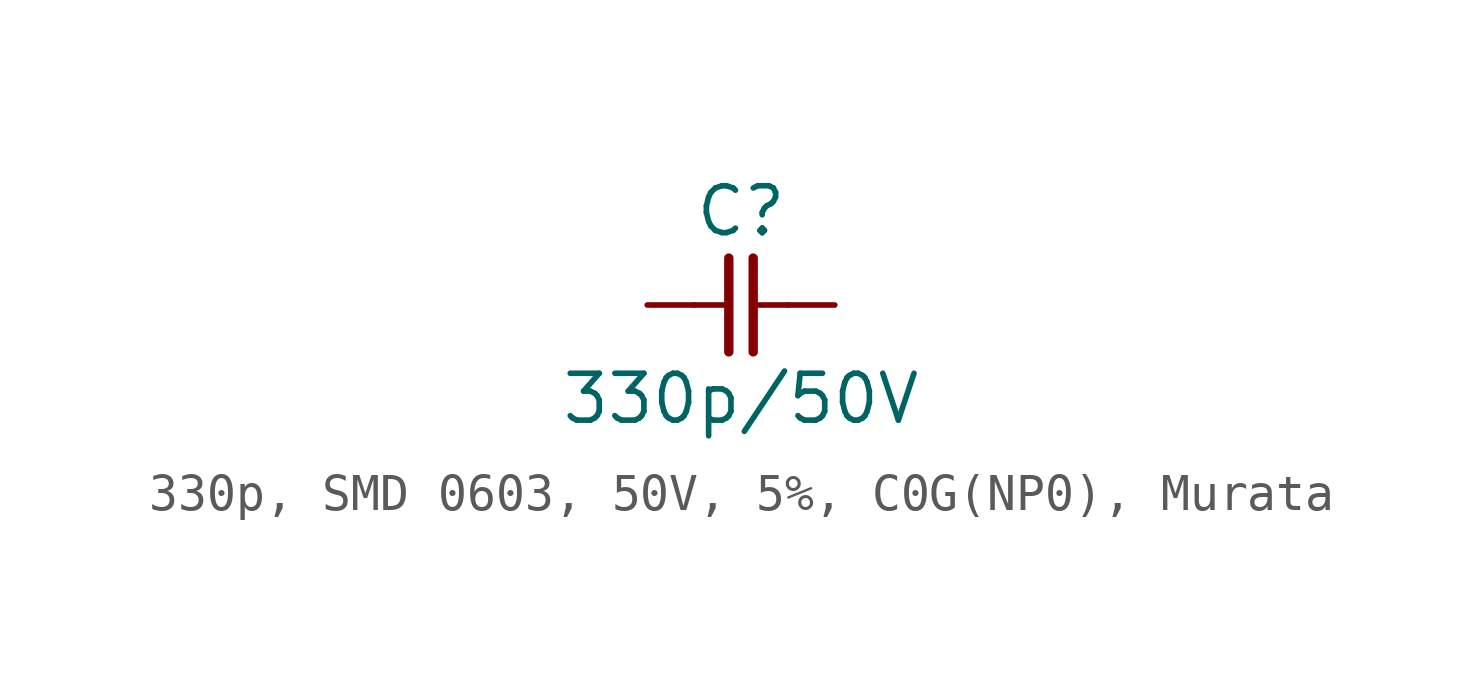
<source format=kicad_sym>
(kicad_symbol_lib
  (version 20241209)
  (generator "kicad_symbol_editor")
  (generator_version "9.0")
  (symbol "330p, SMD 0603, 50V, 5%, C0G(NP0), Murata"
    (pin_numbers
      (hide yes))
    (pin_names
      (offset 0)
      (hide yes))
    (property "Reference" "C"
      (at 0 2.54 0)
      (effects (font (size 1.27 1.27))))
    (property "Value" "330p/50V"
      (at 0 -2.54 0)
      (effects (font (size 1.27 1.27))))
    (symbol "330p, SMD 0603, 50V, 5%, C0G(NP0), Murata_0_1"
      (polyline (pts (xy -0.33 1.27) (xy -0.33 -1.27)) (stroke (width 0.254) (type default)) (fill (type none)))
      (polyline (pts (xy -0.318 0) (xy -1.27 0)) (stroke (width 0) (type default)) (fill (type none)))
      (polyline (pts (xy 0.33 1.27) (xy 0.33 -1.27)) (stroke (width 0.254) (type default)) (fill (type none)))
      (polyline (pts (xy 1.27 0) (xy 0.318 0)) (stroke (width 0) (type default)) (fill (type none))))
    (symbol "330p, SMD 0603, 50V, 5%, C0G(NP0), Murata_1_1"
      (pin passive line (at -2.54 0 0) (length 1.27) (name "1" (effects (font (size 1.27 1.27)))) (number "1" (effects (font (size 1.27 1.27)))))
      (pin passive line (at 2.54 0 180) (length 1.27) (name "2" (effects (font (size 1.27 1.27)))) (number "2" (effects (font (size 1.27 1.27))))))))
</source>
